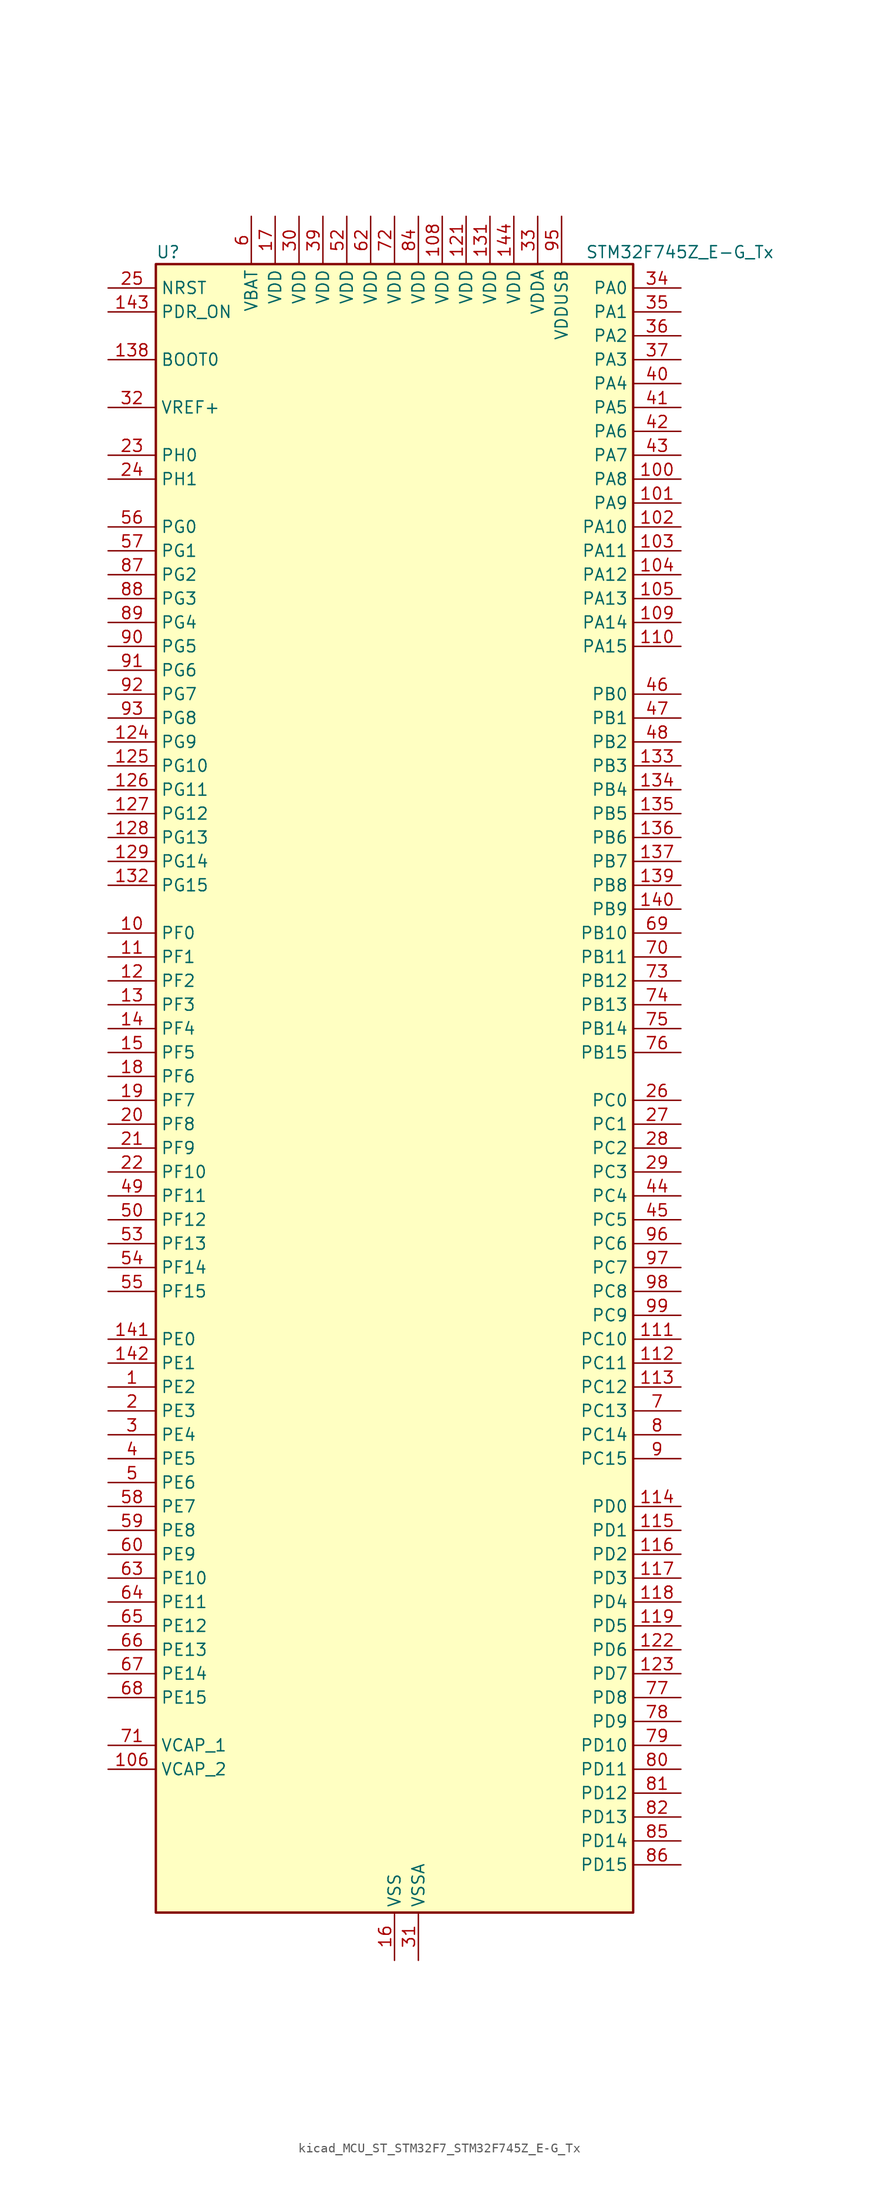
<source format=kicad_sym>
(kicad_symbol_lib
  (version 20220914)
  (generator kicad_symbol_editor)
  (symbol "kicad_MCU_ST_STM32F7_STM32F745Z_E-G_Tx"
    (property "Reference" "U"
      (at -25.4 90.17 0)
      (effects (font (size 1.27 1.27)) (justify left)))
    (property "Value" "STM32F745Z_E-G_Tx"
      (at 20.32 90.17 0)
      (effects (font (size 1.27 1.27)) (justify left)))
    (property "ki_locked" ""
      (at 0 0 0)
      (effects (font (size 1.27 1.27))))
    (symbol "kicad_MCU_ST_STM32F7_STM32F745Z_E-G_Tx_0_1"
      (rectangle (start -25.4 -86.36) (end 25.4 88.9) (stroke (width 0.254) (type default)) (fill (type background))))
    (symbol "kicad_MCU_ST_STM32F7_STM32F745Z_E-G_Tx_1_1"
      (pin bidirectional line (at -30.48 -30.48 0) (length 5.08) (name "PE2" (effects (font (size 1.27 1.27)))) (number "1" (effects (font (size 1.27 1.27)))) (alternate "ETH_TXD3" bidirectional line) (alternate "FMC_A23" bidirectional line) (alternate "QUADSPI_BK1_IO2" bidirectional line) (alternate "SAI1_MCLK_A" bidirectional line) (alternate "SPI4_SCK" bidirectional line) (alternate "SYS_TRACECLK" bidirectional line))
      (pin bidirectional line (at -30.48 17.78 0) (length 5.08) (name "PF0" (effects (font (size 1.27 1.27)))) (number "10" (effects (font (size 1.27 1.27)))) (alternate "FMC_A0" bidirectional line) (alternate "I2C2_SDA" bidirectional line))
      (pin bidirectional line (at 30.48 66.04 180) (length 5.08) (name "PA8" (effects (font (size 1.27 1.27)))) (number "100" (effects (font (size 1.27 1.27)))) (alternate "I2C3_SCL" bidirectional line) (alternate "RCC_MCO_1" bidirectional line) (alternate "TIM1_CH1" bidirectional line) (alternate "TIM8_BKIN2" bidirectional line) (alternate "USART1_CK" bidirectional line) (alternate "USB_OTG_FS_SOF" bidirectional line))
      (pin bidirectional line (at 30.48 63.5 180) (length 5.08) (name "PA9" (effects (font (size 1.27 1.27)))) (number "101" (effects (font (size 1.27 1.27)))) (alternate "DAC_EXTI9" bidirectional line) (alternate "DCMI_D0" bidirectional line) (alternate "I2C3_SMBA" bidirectional line) (alternate "I2S2_CK" bidirectional line) (alternate "SPI2_SCK" bidirectional line) (alternate "TIM1_CH2" bidirectional line) (alternate "USART1_TX" bidirectional line) (alternate "USB_OTG_FS_VBUS" bidirectional line))
      (pin bidirectional line (at 30.48 60.96 180) (length 5.08) (name "PA10" (effects (font (size 1.27 1.27)))) (number "102" (effects (font (size 1.27 1.27)))) (alternate "DCMI_D1" bidirectional line) (alternate "TIM1_CH3" bidirectional line) (alternate "USART1_RX" bidirectional line) (alternate "USB_OTG_FS_ID" bidirectional line))
      (pin bidirectional line (at 30.48 58.42 180) (length 5.08) (name "PA11" (effects (font (size 1.27 1.27)))) (number "103" (effects (font (size 1.27 1.27)))) (alternate "ADC1_EXTI11" bidirectional line) (alternate "ADC2_EXTI11" bidirectional line) (alternate "ADC3_EXTI11" bidirectional line) (alternate "CAN1_RX" bidirectional line) (alternate "TIM1_CH4" bidirectional line) (alternate "USART1_CTS" bidirectional line) (alternate "USB_OTG_FS_DM" bidirectional line))
      (pin bidirectional line (at 30.48 55.88 180) (length 5.08) (name "PA12" (effects (font (size 1.27 1.27)))) (number "104" (effects (font (size 1.27 1.27)))) (alternate "CAN1_TX" bidirectional line) (alternate "SAI2_FS_B" bidirectional line) (alternate "TIM1_ETR" bidirectional line) (alternate "USART1_DE" bidirectional line) (alternate "USART1_RTS" bidirectional line) (alternate "USB_OTG_FS_DP" bidirectional line))
      (pin bidirectional line (at 30.48 53.34 180) (length 5.08) (name "PA13" (effects (font (size 1.27 1.27)))) (number "105" (effects (font (size 1.27 1.27)))) (alternate "SYS_JTMS-SWDIO" bidirectional line))
      (pin power_out line (at -30.48 -71.12 0) (length 5.08) (name "VCAP_2" (effects (font (size 1.27 1.27)))) (number "106" (effects (font (size 1.27 1.27)))))
      (pin passive line (at 0 -91.44 90) (length 5.08) hide (name "VSS" (effects (font (size 1.27 1.27)))) (number "107" (effects (font (size 1.27 1.27)))))
      (pin power_in line (at 5.08 93.98 270) (length 5.08) (name "VDD" (effects (font (size 1.27 1.27)))) (number "108" (effects (font (size 1.27 1.27)))))
      (pin bidirectional line (at 30.48 50.8 180) (length 5.08) (name "PA14" (effects (font (size 1.27 1.27)))) (number "109" (effects (font (size 1.27 1.27)))) (alternate "SYS_JTCK-SWCLK" bidirectional line))
      (pin bidirectional line (at -30.48 15.24 0) (length 5.08) (name "PF1" (effects (font (size 1.27 1.27)))) (number "11" (effects (font (size 1.27 1.27)))) (alternate "FMC_A1" bidirectional line) (alternate "I2C2_SCL" bidirectional line))
      (pin bidirectional line (at 30.48 48.26 180) (length 5.08) (name "PA15" (effects (font (size 1.27 1.27)))) (number "110" (effects (font (size 1.27 1.27)))) (alternate "CEC" bidirectional line) (alternate "I2S1_WS" bidirectional line) (alternate "I2S3_WS" bidirectional line) (alternate "SPI1_NSS" bidirectional line) (alternate "SPI3_NSS" bidirectional line) (alternate "SYS_JTDI" bidirectional line) (alternate "TIM2_CH1" bidirectional line) (alternate "TIM2_ETR" bidirectional line) (alternate "UART4_DE" bidirectional line) (alternate "UART4_RTS" bidirectional line))
      (pin bidirectional line (at 30.48 -25.4 180) (length 5.08) (name "PC10" (effects (font (size 1.27 1.27)))) (number "111" (effects (font (size 1.27 1.27)))) (alternate "DCMI_D8" bidirectional line) (alternate "I2S3_CK" bidirectional line) (alternate "QUADSPI_BK1_IO1" bidirectional line) (alternate "SDMMC1_D2" bidirectional line) (alternate "SPI3_SCK" bidirectional line) (alternate "UART4_TX" bidirectional line) (alternate "USART3_TX" bidirectional line))
      (pin bidirectional line (at 30.48 -27.94 180) (length 5.08) (name "PC11" (effects (font (size 1.27 1.27)))) (number "112" (effects (font (size 1.27 1.27)))) (alternate "ADC1_EXTI11" bidirectional line) (alternate "ADC2_EXTI11" bidirectional line) (alternate "ADC3_EXTI11" bidirectional line) (alternate "DCMI_D4" bidirectional line) (alternate "QUADSPI_BK2_NCS" bidirectional line) (alternate "SDMMC1_D3" bidirectional line) (alternate "SPI3_MISO" bidirectional line) (alternate "UART4_RX" bidirectional line) (alternate "USART3_RX" bidirectional line))
      (pin bidirectional line (at 30.48 -30.48 180) (length 5.08) (name "PC12" (effects (font (size 1.27 1.27)))) (number "113" (effects (font (size 1.27 1.27)))) (alternate "DCMI_D9" bidirectional line) (alternate "I2S3_SD" bidirectional line) (alternate "SDMMC1_CK" bidirectional line) (alternate "SPI3_MOSI" bidirectional line) (alternate "SYS_TRACED3" bidirectional line) (alternate "UART5_TX" bidirectional line) (alternate "USART3_CK" bidirectional line))
      (pin bidirectional line (at 30.48 -43.18 180) (length 5.08) (name "PD0" (effects (font (size 1.27 1.27)))) (number "114" (effects (font (size 1.27 1.27)))) (alternate "CAN1_RX" bidirectional line) (alternate "FMC_D2" bidirectional line) (alternate "FMC_DA2" bidirectional line))
      (pin bidirectional line (at 30.48 -45.72 180) (length 5.08) (name "PD1" (effects (font (size 1.27 1.27)))) (number "115" (effects (font (size 1.27 1.27)))) (alternate "CAN1_TX" bidirectional line) (alternate "FMC_D3" bidirectional line) (alternate "FMC_DA3" bidirectional line))
      (pin bidirectional line (at 30.48 -48.26 180) (length 5.08) (name "PD2" (effects (font (size 1.27 1.27)))) (number "116" (effects (font (size 1.27 1.27)))) (alternate "DCMI_D11" bidirectional line) (alternate "SDMMC1_CMD" bidirectional line) (alternate "SYS_TRACED2" bidirectional line) (alternate "TIM3_ETR" bidirectional line) (alternate "UART5_RX" bidirectional line))
      (pin bidirectional line (at 30.48 -50.8 180) (length 5.08) (name "PD3" (effects (font (size 1.27 1.27)))) (number "117" (effects (font (size 1.27 1.27)))) (alternate "DCMI_D5" bidirectional line) (alternate "FMC_CLK" bidirectional line) (alternate "I2S2_CK" bidirectional line) (alternate "SPI2_SCK" bidirectional line) (alternate "USART2_CTS" bidirectional line))
      (pin bidirectional line (at 30.48 -53.34 180) (length 5.08) (name "PD4" (effects (font (size 1.27 1.27)))) (number "118" (effects (font (size 1.27 1.27)))) (alternate "FMC_NOE" bidirectional line) (alternate "USART2_DE" bidirectional line) (alternate "USART2_RTS" bidirectional line))
      (pin bidirectional line (at 30.48 -55.88 180) (length 5.08) (name "PD5" (effects (font (size 1.27 1.27)))) (number "119" (effects (font (size 1.27 1.27)))) (alternate "FMC_NWE" bidirectional line) (alternate "USART2_TX" bidirectional line))
      (pin bidirectional line (at -30.48 12.7 0) (length 5.08) (name "PF2" (effects (font (size 1.27 1.27)))) (number "12" (effects (font (size 1.27 1.27)))) (alternate "FMC_A2" bidirectional line) (alternate "I2C2_SMBA" bidirectional line))
      (pin passive line (at 0 -91.44 90) (length 5.08) hide (name "VSS" (effects (font (size 1.27 1.27)))) (number "120" (effects (font (size 1.27 1.27)))))
      (pin power_in line (at 7.62 93.98 270) (length 5.08) (name "VDD" (effects (font (size 1.27 1.27)))) (number "121" (effects (font (size 1.27 1.27)))))
      (pin bidirectional line (at 30.48 -58.42 180) (length 5.08) (name "PD6" (effects (font (size 1.27 1.27)))) (number "122" (effects (font (size 1.27 1.27)))) (alternate "DCMI_D10" bidirectional line) (alternate "FMC_NWAIT" bidirectional line) (alternate "I2S3_SD" bidirectional line) (alternate "SAI1_SD_A" bidirectional line) (alternate "SPI3_MOSI" bidirectional line) (alternate "USART2_RX" bidirectional line))
      (pin bidirectional line (at 30.48 -60.96 180) (length 5.08) (name "PD7" (effects (font (size 1.27 1.27)))) (number "123" (effects (font (size 1.27 1.27)))) (alternate "FMC_NE1" bidirectional line) (alternate "SPDIFRX_IN0" bidirectional line) (alternate "USART2_CK" bidirectional line))
      (pin bidirectional line (at -30.48 38.1 0) (length 5.08) (name "PG9" (effects (font (size 1.27 1.27)))) (number "124" (effects (font (size 1.27 1.27)))) (alternate "DAC_EXTI9" bidirectional line) (alternate "DCMI_VSYNC" bidirectional line) (alternate "FMC_NCE" bidirectional line) (alternate "FMC_NE2" bidirectional line) (alternate "QUADSPI_BK2_IO2" bidirectional line) (alternate "SAI2_FS_B" bidirectional line) (alternate "SPDIFRX_IN3" bidirectional line) (alternate "USART6_RX" bidirectional line))
      (pin bidirectional line (at -30.48 35.56 0) (length 5.08) (name "PG10" (effects (font (size 1.27 1.27)))) (number "125" (effects (font (size 1.27 1.27)))) (alternate "DCMI_D2" bidirectional line) (alternate "FMC_NE3" bidirectional line) (alternate "SAI2_SD_B" bidirectional line))
      (pin bidirectional line (at -30.48 33.02 0) (length 5.08) (name "PG11" (effects (font (size 1.27 1.27)))) (number "126" (effects (font (size 1.27 1.27)))) (alternate "ADC1_EXTI11" bidirectional line) (alternate "ADC2_EXTI11" bidirectional line) (alternate "ADC3_EXTI11" bidirectional line) (alternate "DCMI_D3" bidirectional line) (alternate "ETH_TX_EN" bidirectional line) (alternate "SPDIFRX_IN0" bidirectional line))
      (pin bidirectional line (at -30.48 30.48 0) (length 5.08) (name "PG12" (effects (font (size 1.27 1.27)))) (number "127" (effects (font (size 1.27 1.27)))) (alternate "FMC_NE4" bidirectional line) (alternate "LPTIM1_IN1" bidirectional line) (alternate "SPDIFRX_IN1" bidirectional line) (alternate "SPI6_MISO" bidirectional line) (alternate "USART6_DE" bidirectional line) (alternate "USART6_RTS" bidirectional line))
      (pin bidirectional line (at -30.48 27.94 0) (length 5.08) (name "PG13" (effects (font (size 1.27 1.27)))) (number "128" (effects (font (size 1.27 1.27)))) (alternate "ETH_TXD0" bidirectional line) (alternate "FMC_A24" bidirectional line) (alternate "LPTIM1_OUT" bidirectional line) (alternate "SPI6_SCK" bidirectional line) (alternate "SYS_TRACED0" bidirectional line) (alternate "USART6_CTS" bidirectional line))
      (pin bidirectional line (at -30.48 25.4 0) (length 5.08) (name "PG14" (effects (font (size 1.27 1.27)))) (number "129" (effects (font (size 1.27 1.27)))) (alternate "ETH_TXD1" bidirectional line) (alternate "FMC_A25" bidirectional line) (alternate "LPTIM1_ETR" bidirectional line) (alternate "QUADSPI_BK2_IO3" bidirectional line) (alternate "SPI6_MOSI" bidirectional line) (alternate "SYS_TRACED1" bidirectional line) (alternate "USART6_TX" bidirectional line))
      (pin bidirectional line (at -30.48 10.16 0) (length 5.08) (name "PF3" (effects (font (size 1.27 1.27)))) (number "13" (effects (font (size 1.27 1.27)))) (alternate "ADC3_IN9" bidirectional line) (alternate "FMC_A3" bidirectional line))
      (pin passive line (at 0 -91.44 90) (length 5.08) hide (name "VSS" (effects (font (size 1.27 1.27)))) (number "130" (effects (font (size 1.27 1.27)))))
      (pin power_in line (at 10.16 93.98 270) (length 5.08) (name "VDD" (effects (font (size 1.27 1.27)))) (number "131" (effects (font (size 1.27 1.27)))))
      (pin bidirectional line (at -30.48 22.86 0) (length 5.08) (name "PG15" (effects (font (size 1.27 1.27)))) (number "132" (effects (font (size 1.27 1.27)))) (alternate "DCMI_D13" bidirectional line) (alternate "FMC_SDNCAS" bidirectional line) (alternate "USART6_CTS" bidirectional line))
      (pin bidirectional line (at 30.48 35.56 180) (length 5.08) (name "PB3" (effects (font (size 1.27 1.27)))) (number "133" (effects (font (size 1.27 1.27)))) (alternate "I2S1_CK" bidirectional line) (alternate "I2S3_CK" bidirectional line) (alternate "SPI1_SCK" bidirectional line) (alternate "SPI3_SCK" bidirectional line) (alternate "SYS_JTDO-SWO" bidirectional line) (alternate "TIM2_CH2" bidirectional line))
      (pin bidirectional line (at 30.48 33.02 180) (length 5.08) (name "PB4" (effects (font (size 1.27 1.27)))) (number "134" (effects (font (size 1.27 1.27)))) (alternate "I2S2_WS" bidirectional line) (alternate "SPI1_MISO" bidirectional line) (alternate "SPI2_NSS" bidirectional line) (alternate "SPI3_MISO" bidirectional line) (alternate "SYS_JTRST" bidirectional line) (alternate "TIM3_CH1" bidirectional line))
      (pin bidirectional line (at 30.48 30.48 180) (length 5.08) (name "PB5" (effects (font (size 1.27 1.27)))) (number "135" (effects (font (size 1.27 1.27)))) (alternate "CAN2_RX" bidirectional line) (alternate "DCMI_D10" bidirectional line) (alternate "ETH_PPS_OUT" bidirectional line) (alternate "FMC_SDCKE1" bidirectional line) (alternate "I2C1_SMBA" bidirectional line) (alternate "I2S1_SD" bidirectional line) (alternate "I2S3_SD" bidirectional line) (alternate "SPI1_MOSI" bidirectional line) (alternate "SPI3_MOSI" bidirectional line) (alternate "TIM3_CH2" bidirectional line) (alternate "USB_OTG_HS_ULPI_D7" bidirectional line))
      (pin bidirectional line (at 30.48 27.94 180) (length 5.08) (name "PB6" (effects (font (size 1.27 1.27)))) (number "136" (effects (font (size 1.27 1.27)))) (alternate "CAN2_TX" bidirectional line) (alternate "CEC" bidirectional line) (alternate "DCMI_D5" bidirectional line) (alternate "FMC_SDNE1" bidirectional line) (alternate "I2C1_SCL" bidirectional line) (alternate "QUADSPI_BK1_NCS" bidirectional line) (alternate "TIM4_CH1" bidirectional line) (alternate "USART1_TX" bidirectional line))
      (pin bidirectional line (at 30.48 25.4 180) (length 5.08) (name "PB7" (effects (font (size 1.27 1.27)))) (number "137" (effects (font (size 1.27 1.27)))) (alternate "DCMI_VSYNC" bidirectional line) (alternate "FMC_NL" bidirectional line) (alternate "I2C1_SDA" bidirectional line) (alternate "TIM4_CH2" bidirectional line) (alternate "USART1_RX" bidirectional line))
      (pin input line (at -30.48 78.74 0) (length 5.08) (name "BOOT0" (effects (font (size 1.27 1.27)))) (number "138" (effects (font (size 1.27 1.27)))))
      (pin bidirectional line (at 30.48 22.86 180) (length 5.08) (name "PB8" (effects (font (size 1.27 1.27)))) (number "139" (effects (font (size 1.27 1.27)))) (alternate "CAN1_RX" bidirectional line) (alternate "DCMI_D6" bidirectional line) (alternate "ETH_TXD3" bidirectional line) (alternate "I2C1_SCL" bidirectional line) (alternate "SDMMC1_D4" bidirectional line) (alternate "TIM10_CH1" bidirectional line) (alternate "TIM4_CH3" bidirectional line))
      (pin bidirectional line (at -30.48 7.62 0) (length 5.08) (name "PF4" (effects (font (size 1.27 1.27)))) (number "14" (effects (font (size 1.27 1.27)))) (alternate "ADC3_IN14" bidirectional line) (alternate "FMC_A4" bidirectional line))
      (pin bidirectional line (at 30.48 20.32 180) (length 5.08) (name "PB9" (effects (font (size 1.27 1.27)))) (number "140" (effects (font (size 1.27 1.27)))) (alternate "CAN1_TX" bidirectional line) (alternate "DAC_EXTI9" bidirectional line) (alternate "DCMI_D7" bidirectional line) (alternate "I2C1_SDA" bidirectional line) (alternate "I2S2_WS" bidirectional line) (alternate "SDMMC1_D5" bidirectional line) (alternate "SPI2_NSS" bidirectional line) (alternate "TIM11_CH1" bidirectional line) (alternate "TIM4_CH4" bidirectional line))
      (pin bidirectional line (at -30.48 -25.4 0) (length 5.08) (name "PE0" (effects (font (size 1.27 1.27)))) (number "141" (effects (font (size 1.27 1.27)))) (alternate "DCMI_D2" bidirectional line) (alternate "FMC_NBL0" bidirectional line) (alternate "LPTIM1_ETR" bidirectional line) (alternate "SAI2_MCLK_A" bidirectional line) (alternate "TIM4_ETR" bidirectional line) (alternate "UART8_RX" bidirectional line))
      (pin bidirectional line (at -30.48 -27.94 0) (length 5.08) (name "PE1" (effects (font (size 1.27 1.27)))) (number "142" (effects (font (size 1.27 1.27)))) (alternate "DCMI_D3" bidirectional line) (alternate "FMC_NBL1" bidirectional line) (alternate "LPTIM1_IN2" bidirectional line) (alternate "UART8_TX" bidirectional line))
      (pin input line (at -30.48 83.82 0) (length 5.08) (name "PDR_ON" (effects (font (size 1.27 1.27)))) (number "143" (effects (font (size 1.27 1.27)))))
      (pin power_in line (at 12.7 93.98 270) (length 5.08) (name "VDD" (effects (font (size 1.27 1.27)))) (number "144" (effects (font (size 1.27 1.27)))))
      (pin bidirectional line (at -30.48 5.08 0) (length 5.08) (name "PF5" (effects (font (size 1.27 1.27)))) (number "15" (effects (font (size 1.27 1.27)))) (alternate "ADC3_IN15" bidirectional line) (alternate "FMC_A5" bidirectional line))
      (pin power_in line (at 0 -91.44 90) (length 5.08) (name "VSS" (effects (font (size 1.27 1.27)))) (number "16" (effects (font (size 1.27 1.27)))))
      (pin power_in line (at -12.7 93.98 270) (length 5.08) (name "VDD" (effects (font (size 1.27 1.27)))) (number "17" (effects (font (size 1.27 1.27)))))
      (pin bidirectional line (at -30.48 2.54 0) (length 5.08) (name "PF6" (effects (font (size 1.27 1.27)))) (number "18" (effects (font (size 1.27 1.27)))) (alternate "ADC3_IN4" bidirectional line) (alternate "QUADSPI_BK1_IO3" bidirectional line) (alternate "SAI1_SD_B" bidirectional line) (alternate "SPI5_NSS" bidirectional line) (alternate "TIM10_CH1" bidirectional line) (alternate "UART7_RX" bidirectional line))
      (pin bidirectional line (at -30.48 0 0) (length 5.08) (name "PF7" (effects (font (size 1.27 1.27)))) (number "19" (effects (font (size 1.27 1.27)))) (alternate "ADC3_IN5" bidirectional line) (alternate "QUADSPI_BK1_IO2" bidirectional line) (alternate "SAI1_MCLK_B" bidirectional line) (alternate "SPI5_SCK" bidirectional line) (alternate "TIM11_CH1" bidirectional line) (alternate "UART7_TX" bidirectional line))
      (pin bidirectional line (at -30.48 -33.02 0) (length 5.08) (name "PE3" (effects (font (size 1.27 1.27)))) (number "2" (effects (font (size 1.27 1.27)))) (alternate "FMC_A19" bidirectional line) (alternate "SAI1_SD_B" bidirectional line) (alternate "SYS_TRACED0" bidirectional line))
      (pin bidirectional line (at -30.48 -2.54 0) (length 5.08) (name "PF8" (effects (font (size 1.27 1.27)))) (number "20" (effects (font (size 1.27 1.27)))) (alternate "ADC3_IN6" bidirectional line) (alternate "QUADSPI_BK1_IO0" bidirectional line) (alternate "SAI1_SCK_B" bidirectional line) (alternate "SPI5_MISO" bidirectional line) (alternate "TIM13_CH1" bidirectional line) (alternate "UART7_DE" bidirectional line) (alternate "UART7_RTS" bidirectional line))
      (pin bidirectional line (at -30.48 -5.08 0) (length 5.08) (name "PF9" (effects (font (size 1.27 1.27)))) (number "21" (effects (font (size 1.27 1.27)))) (alternate "ADC3_IN7" bidirectional line) (alternate "DAC_EXTI9" bidirectional line) (alternate "QUADSPI_BK1_IO1" bidirectional line) (alternate "SAI1_FS_B" bidirectional line) (alternate "SPI5_MOSI" bidirectional line) (alternate "TIM14_CH1" bidirectional line) (alternate "UART7_CTS" bidirectional line))
      (pin bidirectional line (at -30.48 -7.62 0) (length 5.08) (name "PF10" (effects (font (size 1.27 1.27)))) (number "22" (effects (font (size 1.27 1.27)))) (alternate "ADC3_IN8" bidirectional line) (alternate "DCMI_D11" bidirectional line))
      (pin bidirectional line (at -30.48 68.58 0) (length 5.08) (name "PH0" (effects (font (size 1.27 1.27)))) (number "23" (effects (font (size 1.27 1.27)))) (alternate "RCC_OSC_IN" bidirectional line))
      (pin bidirectional line (at -30.48 66.04 0) (length 5.08) (name "PH1" (effects (font (size 1.27 1.27)))) (number "24" (effects (font (size 1.27 1.27)))) (alternate "RCC_OSC_OUT" bidirectional line))
      (pin input line (at -30.48 86.36 0) (length 5.08) (name "NRST" (effects (font (size 1.27 1.27)))) (number "25" (effects (font (size 1.27 1.27)))))
      (pin bidirectional line (at 30.48 0 180) (length 5.08) (name "PC0" (effects (font (size 1.27 1.27)))) (number "26" (effects (font (size 1.27 1.27)))) (alternate "ADC1_IN10" bidirectional line) (alternate "ADC2_IN10" bidirectional line) (alternate "ADC3_IN10" bidirectional line) (alternate "FMC_SDNWE" bidirectional line) (alternate "SAI2_FS_B" bidirectional line) (alternate "USB_OTG_HS_ULPI_STP" bidirectional line))
      (pin bidirectional line (at 30.48 -2.54 180) (length 5.08) (name "PC1" (effects (font (size 1.27 1.27)))) (number "27" (effects (font (size 1.27 1.27)))) (alternate "ADC1_IN11" bidirectional line) (alternate "ADC2_IN11" bidirectional line) (alternate "ADC3_IN11" bidirectional line) (alternate "ETH_MDC" bidirectional line) (alternate "I2S2_SD" bidirectional line) (alternate "RTC_TAMP3" bidirectional line) (alternate "RTC_TS" bidirectional line) (alternate "SAI1_SD_A" bidirectional line) (alternate "SPI2_MOSI" bidirectional line) (alternate "SYS_TRACED0" bidirectional line) (alternate "SYS_WKUP3" bidirectional line))
      (pin bidirectional line (at 30.48 -5.08 180) (length 5.08) (name "PC2" (effects (font (size 1.27 1.27)))) (number "28" (effects (font (size 1.27 1.27)))) (alternate "ADC1_IN12" bidirectional line) (alternate "ADC2_IN12" bidirectional line) (alternate "ADC3_IN12" bidirectional line) (alternate "ETH_TXD2" bidirectional line) (alternate "FMC_SDNE0" bidirectional line) (alternate "SPI2_MISO" bidirectional line) (alternate "USB_OTG_HS_ULPI_DIR" bidirectional line))
      (pin bidirectional line (at 30.48 -7.62 180) (length 5.08) (name "PC3" (effects (font (size 1.27 1.27)))) (number "29" (effects (font (size 1.27 1.27)))) (alternate "ADC1_IN13" bidirectional line) (alternate "ADC2_IN13" bidirectional line) (alternate "ADC3_IN13" bidirectional line) (alternate "ETH_TX_CLK" bidirectional line) (alternate "FMC_SDCKE0" bidirectional line) (alternate "I2S2_SD" bidirectional line) (alternate "SPI2_MOSI" bidirectional line) (alternate "USB_OTG_HS_ULPI_NXT" bidirectional line))
      (pin bidirectional line (at -30.48 -35.56 0) (length 5.08) (name "PE4" (effects (font (size 1.27 1.27)))) (number "3" (effects (font (size 1.27 1.27)))) (alternate "DCMI_D4" bidirectional line) (alternate "FMC_A20" bidirectional line) (alternate "SAI1_FS_A" bidirectional line) (alternate "SPI4_NSS" bidirectional line) (alternate "SYS_TRACED1" bidirectional line))
      (pin power_in line (at -10.16 93.98 270) (length 5.08) (name "VDD" (effects (font (size 1.27 1.27)))) (number "30" (effects (font (size 1.27 1.27)))))
      (pin power_in line (at 2.54 -91.44 90) (length 5.08) (name "VSSA" (effects (font (size 1.27 1.27)))) (number "31" (effects (font (size 1.27 1.27)))))
      (pin input line (at -30.48 73.66 0) (length 5.08) (name "VREF+" (effects (font (size 1.27 1.27)))) (number "32" (effects (font (size 1.27 1.27)))))
      (pin power_in line (at 15.24 93.98 270) (length 5.08) (name "VDDA" (effects (font (size 1.27 1.27)))) (number "33" (effects (font (size 1.27 1.27)))))
      (pin bidirectional line (at 30.48 86.36 180) (length 5.08) (name "PA0" (effects (font (size 1.27 1.27)))) (number "34" (effects (font (size 1.27 1.27)))) (alternate "ADC1_IN0" bidirectional line) (alternate "ADC2_IN0" bidirectional line) (alternate "ADC3_IN0" bidirectional line) (alternate "ETH_CRS" bidirectional line) (alternate "SAI2_SD_B" bidirectional line) (alternate "SYS_WKUP1" bidirectional line) (alternate "TIM2_CH1" bidirectional line) (alternate "TIM2_ETR" bidirectional line) (alternate "TIM5_CH1" bidirectional line) (alternate "TIM8_ETR" bidirectional line) (alternate "UART4_TX" bidirectional line) (alternate "USART2_CTS" bidirectional line))
      (pin bidirectional line (at 30.48 83.82 180) (length 5.08) (name "PA1" (effects (font (size 1.27 1.27)))) (number "35" (effects (font (size 1.27 1.27)))) (alternate "ADC1_IN1" bidirectional line) (alternate "ADC2_IN1" bidirectional line) (alternate "ADC3_IN1" bidirectional line) (alternate "ETH_REF_CLK" bidirectional line) (alternate "ETH_RX_CLK" bidirectional line) (alternate "QUADSPI_BK1_IO3" bidirectional line) (alternate "SAI2_MCLK_B" bidirectional line) (alternate "TIM2_CH2" bidirectional line) (alternate "TIM5_CH2" bidirectional line) (alternate "UART4_RX" bidirectional line) (alternate "USART2_DE" bidirectional line) (alternate "USART2_RTS" bidirectional line))
      (pin bidirectional line (at 30.48 81.28 180) (length 5.08) (name "PA2" (effects (font (size 1.27 1.27)))) (number "36" (effects (font (size 1.27 1.27)))) (alternate "ADC1_IN2" bidirectional line) (alternate "ADC2_IN2" bidirectional line) (alternate "ADC3_IN2" bidirectional line) (alternate "ETH_MDIO" bidirectional line) (alternate "SAI2_SCK_B" bidirectional line) (alternate "SYS_WKUP2" bidirectional line) (alternate "TIM2_CH3" bidirectional line) (alternate "TIM5_CH3" bidirectional line) (alternate "TIM9_CH1" bidirectional line) (alternate "USART2_TX" bidirectional line))
      (pin bidirectional line (at 30.48 78.74 180) (length 5.08) (name "PA3" (effects (font (size 1.27 1.27)))) (number "37" (effects (font (size 1.27 1.27)))) (alternate "ADC1_IN3" bidirectional line) (alternate "ADC2_IN3" bidirectional line) (alternate "ADC3_IN3" bidirectional line) (alternate "ETH_COL" bidirectional line) (alternate "TIM2_CH4" bidirectional line) (alternate "TIM5_CH4" bidirectional line) (alternate "TIM9_CH2" bidirectional line) (alternate "USART2_RX" bidirectional line) (alternate "USB_OTG_HS_ULPI_D0" bidirectional line))
      (pin passive line (at 0 -91.44 90) (length 5.08) hide (name "VSS" (effects (font (size 1.27 1.27)))) (number "38" (effects (font (size 1.27 1.27)))))
      (pin power_in line (at -7.62 93.98 270) (length 5.08) (name "VDD" (effects (font (size 1.27 1.27)))) (number "39" (effects (font (size 1.27 1.27)))))
      (pin bidirectional line (at -30.48 -38.1 0) (length 5.08) (name "PE5" (effects (font (size 1.27 1.27)))) (number "4" (effects (font (size 1.27 1.27)))) (alternate "DCMI_D6" bidirectional line) (alternate "FMC_A21" bidirectional line) (alternate "SAI1_SCK_A" bidirectional line) (alternate "SPI4_MISO" bidirectional line) (alternate "SYS_TRACED2" bidirectional line) (alternate "TIM9_CH1" bidirectional line))
      (pin bidirectional line (at 30.48 76.2 180) (length 5.08) (name "PA4" (effects (font (size 1.27 1.27)))) (number "40" (effects (font (size 1.27 1.27)))) (alternate "ADC1_IN4" bidirectional line) (alternate "ADC2_IN4" bidirectional line) (alternate "DAC_OUT1" bidirectional line) (alternate "DCMI_HSYNC" bidirectional line) (alternate "I2S1_WS" bidirectional line) (alternate "I2S3_WS" bidirectional line) (alternate "SPI1_NSS" bidirectional line) (alternate "SPI3_NSS" bidirectional line) (alternate "USART2_CK" bidirectional line) (alternate "USB_OTG_HS_SOF" bidirectional line))
      (pin bidirectional line (at 30.48 73.66 180) (length 5.08) (name "PA5" (effects (font (size 1.27 1.27)))) (number "41" (effects (font (size 1.27 1.27)))) (alternate "ADC1_IN5" bidirectional line) (alternate "ADC2_IN5" bidirectional line) (alternate "DAC_OUT2" bidirectional line) (alternate "I2S1_CK" bidirectional line) (alternate "SPI1_SCK" bidirectional line) (alternate "TIM2_CH1" bidirectional line) (alternate "TIM2_ETR" bidirectional line) (alternate "TIM8_CH1N" bidirectional line) (alternate "USB_OTG_HS_ULPI_CK" bidirectional line))
      (pin bidirectional line (at 30.48 71.12 180) (length 5.08) (name "PA6" (effects (font (size 1.27 1.27)))) (number "42" (effects (font (size 1.27 1.27)))) (alternate "ADC1_IN6" bidirectional line) (alternate "ADC2_IN6" bidirectional line) (alternate "DCMI_PIXCLK" bidirectional line) (alternate "SPI1_MISO" bidirectional line) (alternate "TIM13_CH1" bidirectional line) (alternate "TIM1_BKIN" bidirectional line) (alternate "TIM3_CH1" bidirectional line) (alternate "TIM8_BKIN" bidirectional line))
      (pin bidirectional line (at 30.48 68.58 180) (length 5.08) (name "PA7" (effects (font (size 1.27 1.27)))) (number "43" (effects (font (size 1.27 1.27)))) (alternate "ADC1_IN7" bidirectional line) (alternate "ADC2_IN7" bidirectional line) (alternate "ETH_CRS_DV" bidirectional line) (alternate "ETH_RX_DV" bidirectional line) (alternate "FMC_SDNWE" bidirectional line) (alternate "I2S1_SD" bidirectional line) (alternate "SPI1_MOSI" bidirectional line) (alternate "TIM14_CH1" bidirectional line) (alternate "TIM1_CH1N" bidirectional line) (alternate "TIM3_CH2" bidirectional line) (alternate "TIM8_CH1N" bidirectional line))
      (pin bidirectional line (at 30.48 -10.16 180) (length 5.08) (name "PC4" (effects (font (size 1.27 1.27)))) (number "44" (effects (font (size 1.27 1.27)))) (alternate "ADC1_IN14" bidirectional line) (alternate "ADC2_IN14" bidirectional line) (alternate "ETH_RXD0" bidirectional line) (alternate "FMC_SDNE0" bidirectional line) (alternate "I2S1_MCK" bidirectional line) (alternate "SPDIFRX_IN2" bidirectional line))
      (pin bidirectional line (at 30.48 -12.7 180) (length 5.08) (name "PC5" (effects (font (size 1.27 1.27)))) (number "45" (effects (font (size 1.27 1.27)))) (alternate "ADC1_IN15" bidirectional line) (alternate "ADC2_IN15" bidirectional line) (alternate "ETH_RXD1" bidirectional line) (alternate "FMC_SDCKE0" bidirectional line) (alternate "SPDIFRX_IN3" bidirectional line))
      (pin bidirectional line (at 30.48 43.18 180) (length 5.08) (name "PB0" (effects (font (size 1.27 1.27)))) (number "46" (effects (font (size 1.27 1.27)))) (alternate "ADC1_IN8" bidirectional line) (alternate "ADC2_IN8" bidirectional line) (alternate "ETH_RXD2" bidirectional line) (alternate "TIM1_CH2N" bidirectional line) (alternate "TIM3_CH3" bidirectional line) (alternate "TIM8_CH2N" bidirectional line) (alternate "UART4_CTS" bidirectional line) (alternate "USB_OTG_HS_ULPI_D1" bidirectional line))
      (pin bidirectional line (at 30.48 40.64 180) (length 5.08) (name "PB1" (effects (font (size 1.27 1.27)))) (number "47" (effects (font (size 1.27 1.27)))) (alternate "ADC1_IN9" bidirectional line) (alternate "ADC2_IN9" bidirectional line) (alternate "ETH_RXD3" bidirectional line) (alternate "TIM1_CH3N" bidirectional line) (alternate "TIM3_CH4" bidirectional line) (alternate "TIM8_CH3N" bidirectional line) (alternate "USB_OTG_HS_ULPI_D2" bidirectional line))
      (pin bidirectional line (at 30.48 38.1 180) (length 5.08) (name "PB2" (effects (font (size 1.27 1.27)))) (number "48" (effects (font (size 1.27 1.27)))) (alternate "I2S3_SD" bidirectional line) (alternate "QUADSPI_CLK" bidirectional line) (alternate "SAI1_SD_A" bidirectional line) (alternate "SPI3_MOSI" bidirectional line))
      (pin bidirectional line (at -30.48 -10.16 0) (length 5.08) (name "PF11" (effects (font (size 1.27 1.27)))) (number "49" (effects (font (size 1.27 1.27)))) (alternate "ADC1_EXTI11" bidirectional line) (alternate "ADC2_EXTI11" bidirectional line) (alternate "ADC3_EXTI11" bidirectional line) (alternate "DCMI_D12" bidirectional line) (alternate "FMC_SDNRAS" bidirectional line) (alternate "SAI2_SD_B" bidirectional line) (alternate "SPI5_MOSI" bidirectional line))
      (pin bidirectional line (at -30.48 -40.64 0) (length 5.08) (name "PE6" (effects (font (size 1.27 1.27)))) (number "5" (effects (font (size 1.27 1.27)))) (alternate "DCMI_D7" bidirectional line) (alternate "FMC_A22" bidirectional line) (alternate "SAI1_SD_A" bidirectional line) (alternate "SAI2_MCLK_B" bidirectional line) (alternate "SPI4_MOSI" bidirectional line) (alternate "SYS_TRACED3" bidirectional line) (alternate "TIM1_BKIN2" bidirectional line) (alternate "TIM9_CH2" bidirectional line))
      (pin bidirectional line (at -30.48 -12.7 0) (length 5.08) (name "PF12" (effects (font (size 1.27 1.27)))) (number "50" (effects (font (size 1.27 1.27)))) (alternate "FMC_A6" bidirectional line))
      (pin passive line (at 0 -91.44 90) (length 5.08) hide (name "VSS" (effects (font (size 1.27 1.27)))) (number "51" (effects (font (size 1.27 1.27)))))
      (pin power_in line (at -5.08 93.98 270) (length 5.08) (name "VDD" (effects (font (size 1.27 1.27)))) (number "52" (effects (font (size 1.27 1.27)))))
      (pin bidirectional line (at -30.48 -15.24 0) (length 5.08) (name "PF13" (effects (font (size 1.27 1.27)))) (number "53" (effects (font (size 1.27 1.27)))) (alternate "FMC_A7" bidirectional line) (alternate "I2C4_SMBA" bidirectional line))
      (pin bidirectional line (at -30.48 -17.78 0) (length 5.08) (name "PF14" (effects (font (size 1.27 1.27)))) (number "54" (effects (font (size 1.27 1.27)))) (alternate "FMC_A8" bidirectional line) (alternate "I2C4_SCL" bidirectional line))
      (pin bidirectional line (at -30.48 -20.32 0) (length 5.08) (name "PF15" (effects (font (size 1.27 1.27)))) (number "55" (effects (font (size 1.27 1.27)))) (alternate "FMC_A9" bidirectional line) (alternate "I2C4_SDA" bidirectional line))
      (pin bidirectional line (at -30.48 60.96 0) (length 5.08) (name "PG0" (effects (font (size 1.27 1.27)))) (number "56" (effects (font (size 1.27 1.27)))) (alternate "FMC_A10" bidirectional line))
      (pin bidirectional line (at -30.48 58.42 0) (length 5.08) (name "PG1" (effects (font (size 1.27 1.27)))) (number "57" (effects (font (size 1.27 1.27)))) (alternate "FMC_A11" bidirectional line))
      (pin bidirectional line (at -30.48 -43.18 0) (length 5.08) (name "PE7" (effects (font (size 1.27 1.27)))) (number "58" (effects (font (size 1.27 1.27)))) (alternate "FMC_D4" bidirectional line) (alternate "FMC_DA4" bidirectional line) (alternate "QUADSPI_BK2_IO0" bidirectional line) (alternate "TIM1_ETR" bidirectional line) (alternate "UART7_RX" bidirectional line))
      (pin bidirectional line (at -30.48 -45.72 0) (length 5.08) (name "PE8" (effects (font (size 1.27 1.27)))) (number "59" (effects (font (size 1.27 1.27)))) (alternate "FMC_D5" bidirectional line) (alternate "FMC_DA5" bidirectional line) (alternate "QUADSPI_BK2_IO1" bidirectional line) (alternate "TIM1_CH1N" bidirectional line) (alternate "UART7_TX" bidirectional line))
      (pin power_in line (at -15.24 93.98 270) (length 5.08) (name "VBAT" (effects (font (size 1.27 1.27)))) (number "6" (effects (font (size 1.27 1.27)))))
      (pin bidirectional line (at -30.48 -48.26 0) (length 5.08) (name "PE9" (effects (font (size 1.27 1.27)))) (number "60" (effects (font (size 1.27 1.27)))) (alternate "DAC_EXTI9" bidirectional line) (alternate "FMC_D6" bidirectional line) (alternate "FMC_DA6" bidirectional line) (alternate "QUADSPI_BK2_IO2" bidirectional line) (alternate "TIM1_CH1" bidirectional line) (alternate "UART7_DE" bidirectional line) (alternate "UART7_RTS" bidirectional line))
      (pin passive line (at 0 -91.44 90) (length 5.08) hide (name "VSS" (effects (font (size 1.27 1.27)))) (number "61" (effects (font (size 1.27 1.27)))))
      (pin power_in line (at -2.54 93.98 270) (length 5.08) (name "VDD" (effects (font (size 1.27 1.27)))) (number "62" (effects (font (size 1.27 1.27)))))
      (pin bidirectional line (at -30.48 -50.8 0) (length 5.08) (name "PE10" (effects (font (size 1.27 1.27)))) (number "63" (effects (font (size 1.27 1.27)))) (alternate "FMC_D7" bidirectional line) (alternate "FMC_DA7" bidirectional line) (alternate "QUADSPI_BK2_IO3" bidirectional line) (alternate "TIM1_CH2N" bidirectional line) (alternate "UART7_CTS" bidirectional line))
      (pin bidirectional line (at -30.48 -53.34 0) (length 5.08) (name "PE11" (effects (font (size 1.27 1.27)))) (number "64" (effects (font (size 1.27 1.27)))) (alternate "ADC1_EXTI11" bidirectional line) (alternate "ADC2_EXTI11" bidirectional line) (alternate "ADC3_EXTI11" bidirectional line) (alternate "FMC_D8" bidirectional line) (alternate "FMC_DA8" bidirectional line) (alternate "SAI2_SD_B" bidirectional line) (alternate "SPI4_NSS" bidirectional line) (alternate "TIM1_CH2" bidirectional line))
      (pin bidirectional line (at -30.48 -55.88 0) (length 5.08) (name "PE12" (effects (font (size 1.27 1.27)))) (number "65" (effects (font (size 1.27 1.27)))) (alternate "FMC_D9" bidirectional line) (alternate "FMC_DA9" bidirectional line) (alternate "SAI2_SCK_B" bidirectional line) (alternate "SPI4_SCK" bidirectional line) (alternate "TIM1_CH3N" bidirectional line))
      (pin bidirectional line (at -30.48 -58.42 0) (length 5.08) (name "PE13" (effects (font (size 1.27 1.27)))) (number "66" (effects (font (size 1.27 1.27)))) (alternate "FMC_D10" bidirectional line) (alternate "FMC_DA10" bidirectional line) (alternate "SAI2_FS_B" bidirectional line) (alternate "SPI4_MISO" bidirectional line) (alternate "TIM1_CH3" bidirectional line))
      (pin bidirectional line (at -30.48 -60.96 0) (length 5.08) (name "PE14" (effects (font (size 1.27 1.27)))) (number "67" (effects (font (size 1.27 1.27)))) (alternate "FMC_D11" bidirectional line) (alternate "FMC_DA11" bidirectional line) (alternate "SAI2_MCLK_B" bidirectional line) (alternate "SPI4_MOSI" bidirectional line) (alternate "TIM1_CH4" bidirectional line))
      (pin bidirectional line (at -30.48 -63.5 0) (length 5.08) (name "PE15" (effects (font (size 1.27 1.27)))) (number "68" (effects (font (size 1.27 1.27)))) (alternate "FMC_D12" bidirectional line) (alternate "FMC_DA12" bidirectional line) (alternate "TIM1_BKIN" bidirectional line))
      (pin bidirectional line (at 30.48 17.78 180) (length 5.08) (name "PB10" (effects (font (size 1.27 1.27)))) (number "69" (effects (font (size 1.27 1.27)))) (alternate "ETH_RX_ER" bidirectional line) (alternate "I2C2_SCL" bidirectional line) (alternate "I2S2_CK" bidirectional line) (alternate "SPI2_SCK" bidirectional line) (alternate "TIM2_CH3" bidirectional line) (alternate "USART3_TX" bidirectional line) (alternate "USB_OTG_HS_ULPI_D3" bidirectional line))
      (pin bidirectional line (at 30.48 -33.02 180) (length 5.08) (name "PC13" (effects (font (size 1.27 1.27)))) (number "7" (effects (font (size 1.27 1.27)))) (alternate "RTC_OUT" bidirectional line) (alternate "RTC_TAMP1" bidirectional line) (alternate "RTC_TS" bidirectional line) (alternate "SYS_WKUP4" bidirectional line))
      (pin bidirectional line (at 30.48 15.24 180) (length 5.08) (name "PB11" (effects (font (size 1.27 1.27)))) (number "70" (effects (font (size 1.27 1.27)))) (alternate "ADC1_EXTI11" bidirectional line) (alternate "ADC2_EXTI11" bidirectional line) (alternate "ADC3_EXTI11" bidirectional line) (alternate "ETH_TX_EN" bidirectional line) (alternate "I2C2_SDA" bidirectional line) (alternate "TIM2_CH4" bidirectional line) (alternate "USART3_RX" bidirectional line) (alternate "USB_OTG_HS_ULPI_D4" bidirectional line))
      (pin power_out line (at -30.48 -68.58 0) (length 5.08) (name "VCAP_1" (effects (font (size 1.27 1.27)))) (number "71" (effects (font (size 1.27 1.27)))))
      (pin power_in line (at 0 93.98 270) (length 5.08) (name "VDD" (effects (font (size 1.27 1.27)))) (number "72" (effects (font (size 1.27 1.27)))))
      (pin bidirectional line (at 30.48 12.7 180) (length 5.08) (name "PB12" (effects (font (size 1.27 1.27)))) (number "73" (effects (font (size 1.27 1.27)))) (alternate "CAN2_RX" bidirectional line) (alternate "ETH_TXD0" bidirectional line) (alternate "I2C2_SMBA" bidirectional line) (alternate "I2S2_WS" bidirectional line) (alternate "SPI2_NSS" bidirectional line) (alternate "TIM1_BKIN" bidirectional line) (alternate "USART3_CK" bidirectional line) (alternate "USB_OTG_HS_ID" bidirectional line) (alternate "USB_OTG_HS_ULPI_D5" bidirectional line))
      (pin bidirectional line (at 30.48 10.16 180) (length 5.08) (name "PB13" (effects (font (size 1.27 1.27)))) (number "74" (effects (font (size 1.27 1.27)))) (alternate "CAN2_TX" bidirectional line) (alternate "ETH_TXD1" bidirectional line) (alternate "I2S2_CK" bidirectional line) (alternate "SPI2_SCK" bidirectional line) (alternate "TIM1_CH1N" bidirectional line) (alternate "USART3_CTS" bidirectional line) (alternate "USB_OTG_HS_ULPI_D6" bidirectional line) (alternate "USB_OTG_HS_VBUS" bidirectional line))
      (pin bidirectional line (at 30.48 7.62 180) (length 5.08) (name "PB14" (effects (font (size 1.27 1.27)))) (number "75" (effects (font (size 1.27 1.27)))) (alternate "SPI2_MISO" bidirectional line) (alternate "TIM12_CH1" bidirectional line) (alternate "TIM1_CH2N" bidirectional line) (alternate "TIM8_CH2N" bidirectional line) (alternate "USART3_DE" bidirectional line) (alternate "USART3_RTS" bidirectional line) (alternate "USB_OTG_HS_DM" bidirectional line))
      (pin bidirectional line (at 30.48 5.08 180) (length 5.08) (name "PB15" (effects (font (size 1.27 1.27)))) (number "76" (effects (font (size 1.27 1.27)))) (alternate "I2S2_SD" bidirectional line) (alternate "RTC_REFIN" bidirectional line) (alternate "SPI2_MOSI" bidirectional line) (alternate "TIM12_CH2" bidirectional line) (alternate "TIM1_CH3N" bidirectional line) (alternate "TIM8_CH3N" bidirectional line) (alternate "USB_OTG_HS_DP" bidirectional line))
      (pin bidirectional line (at 30.48 -63.5 180) (length 5.08) (name "PD8" (effects (font (size 1.27 1.27)))) (number "77" (effects (font (size 1.27 1.27)))) (alternate "FMC_D13" bidirectional line) (alternate "FMC_DA13" bidirectional line) (alternate "SPDIFRX_IN1" bidirectional line) (alternate "USART3_TX" bidirectional line))
      (pin bidirectional line (at 30.48 -66.04 180) (length 5.08) (name "PD9" (effects (font (size 1.27 1.27)))) (number "78" (effects (font (size 1.27 1.27)))) (alternate "DAC_EXTI9" bidirectional line) (alternate "FMC_D14" bidirectional line) (alternate "FMC_DA14" bidirectional line) (alternate "USART3_RX" bidirectional line))
      (pin bidirectional line (at 30.48 -68.58 180) (length 5.08) (name "PD10" (effects (font (size 1.27 1.27)))) (number "79" (effects (font (size 1.27 1.27)))) (alternate "FMC_D15" bidirectional line) (alternate "FMC_DA15" bidirectional line) (alternate "USART3_CK" bidirectional line))
      (pin bidirectional line (at 30.48 -35.56 180) (length 5.08) (name "PC14" (effects (font (size 1.27 1.27)))) (number "8" (effects (font (size 1.27 1.27)))) (alternate "RCC_OSC32_IN" bidirectional line))
      (pin bidirectional line (at 30.48 -71.12 180) (length 5.08) (name "PD11" (effects (font (size 1.27 1.27)))) (number "80" (effects (font (size 1.27 1.27)))) (alternate "ADC1_EXTI11" bidirectional line) (alternate "ADC2_EXTI11" bidirectional line) (alternate "ADC3_EXTI11" bidirectional line) (alternate "FMC_A16" bidirectional line) (alternate "FMC_CLE" bidirectional line) (alternate "I2C4_SMBA" bidirectional line) (alternate "QUADSPI_BK1_IO0" bidirectional line) (alternate "SAI2_SD_A" bidirectional line) (alternate "USART3_CTS" bidirectional line))
      (pin bidirectional line (at 30.48 -73.66 180) (length 5.08) (name "PD12" (effects (font (size 1.27 1.27)))) (number "81" (effects (font (size 1.27 1.27)))) (alternate "FMC_A17" bidirectional line) (alternate "FMC_ALE" bidirectional line) (alternate "I2C4_SCL" bidirectional line) (alternate "LPTIM1_IN1" bidirectional line) (alternate "QUADSPI_BK1_IO1" bidirectional line) (alternate "SAI2_FS_A" bidirectional line) (alternate "TIM4_CH1" bidirectional line) (alternate "USART3_DE" bidirectional line) (alternate "USART3_RTS" bidirectional line))
      (pin bidirectional line (at 30.48 -76.2 180) (length 5.08) (name "PD13" (effects (font (size 1.27 1.27)))) (number "82" (effects (font (size 1.27 1.27)))) (alternate "FMC_A18" bidirectional line) (alternate "I2C4_SDA" bidirectional line) (alternate "LPTIM1_OUT" bidirectional line) (alternate "QUADSPI_BK1_IO3" bidirectional line) (alternate "SAI2_SCK_A" bidirectional line) (alternate "TIM4_CH2" bidirectional line))
      (pin passive line (at 0 -91.44 90) (length 5.08) hide (name "VSS" (effects (font (size 1.27 1.27)))) (number "83" (effects (font (size 1.27 1.27)))))
      (pin power_in line (at 2.54 93.98 270) (length 5.08) (name "VDD" (effects (font (size 1.27 1.27)))) (number "84" (effects (font (size 1.27 1.27)))))
      (pin bidirectional line (at 30.48 -78.74 180) (length 5.08) (name "PD14" (effects (font (size 1.27 1.27)))) (number "85" (effects (font (size 1.27 1.27)))) (alternate "FMC_D0" bidirectional line) (alternate "FMC_DA0" bidirectional line) (alternate "TIM4_CH3" bidirectional line) (alternate "UART8_CTS" bidirectional line))
      (pin bidirectional line (at 30.48 -81.28 180) (length 5.08) (name "PD15" (effects (font (size 1.27 1.27)))) (number "86" (effects (font (size 1.27 1.27)))) (alternate "FMC_D1" bidirectional line) (alternate "FMC_DA1" bidirectional line) (alternate "TIM4_CH4" bidirectional line) (alternate "UART8_DE" bidirectional line) (alternate "UART8_RTS" bidirectional line))
      (pin bidirectional line (at -30.48 55.88 0) (length 5.08) (name "PG2" (effects (font (size 1.27 1.27)))) (number "87" (effects (font (size 1.27 1.27)))) (alternate "FMC_A12" bidirectional line))
      (pin bidirectional line (at -30.48 53.34 0) (length 5.08) (name "PG3" (effects (font (size 1.27 1.27)))) (number "88" (effects (font (size 1.27 1.27)))) (alternate "FMC_A13" bidirectional line))
      (pin bidirectional line (at -30.48 50.8 0) (length 5.08) (name "PG4" (effects (font (size 1.27 1.27)))) (number "89" (effects (font (size 1.27 1.27)))) (alternate "FMC_A14" bidirectional line) (alternate "FMC_BA0" bidirectional line))
      (pin bidirectional line (at 30.48 -38.1 180) (length 5.08) (name "PC15" (effects (font (size 1.27 1.27)))) (number "9" (effects (font (size 1.27 1.27)))) (alternate "RCC_OSC32_OUT" bidirectional line))
      (pin bidirectional line (at -30.48 48.26 0) (length 5.08) (name "PG5" (effects (font (size 1.27 1.27)))) (number "90" (effects (font (size 1.27 1.27)))) (alternate "FMC_A15" bidirectional line) (alternate "FMC_BA1" bidirectional line))
      (pin bidirectional line (at -30.48 45.72 0) (length 5.08) (name "PG6" (effects (font (size 1.27 1.27)))) (number "91" (effects (font (size 1.27 1.27)))) (alternate "DCMI_D12" bidirectional line))
      (pin bidirectional line (at -30.48 43.18 0) (length 5.08) (name "PG7" (effects (font (size 1.27 1.27)))) (number "92" (effects (font (size 1.27 1.27)))) (alternate "DCMI_D13" bidirectional line) (alternate "FMC_INT" bidirectional line) (alternate "USART6_CK" bidirectional line))
      (pin bidirectional line (at -30.48 40.64 0) (length 5.08) (name "PG8" (effects (font (size 1.27 1.27)))) (number "93" (effects (font (size 1.27 1.27)))) (alternate "ETH_PPS_OUT" bidirectional line) (alternate "FMC_SDCLK" bidirectional line) (alternate "SPDIFRX_IN2" bidirectional line) (alternate "SPI6_NSS" bidirectional line) (alternate "USART6_DE" bidirectional line) (alternate "USART6_RTS" bidirectional line))
      (pin passive line (at 0 -91.44 90) (length 5.08) hide (name "VSS" (effects (font (size 1.27 1.27)))) (number "94" (effects (font (size 1.27 1.27)))))
      (pin power_in line (at 17.78 93.98 270) (length 5.08) (name "VDDUSB" (effects (font (size 1.27 1.27)))) (number "95" (effects (font (size 1.27 1.27)))))
      (pin bidirectional line (at 30.48 -15.24 180) (length 5.08) (name "PC6" (effects (font (size 1.27 1.27)))) (number "96" (effects (font (size 1.27 1.27)))) (alternate "DCMI_D0" bidirectional line) (alternate "I2S2_MCK" bidirectional line) (alternate "SDMMC1_D6" bidirectional line) (alternate "TIM3_CH1" bidirectional line) (alternate "TIM8_CH1" bidirectional line) (alternate "USART6_TX" bidirectional line))
      (pin bidirectional line (at 30.48 -17.78 180) (length 5.08) (name "PC7" (effects (font (size 1.27 1.27)))) (number "97" (effects (font (size 1.27 1.27)))) (alternate "DCMI_D1" bidirectional line) (alternate "I2S3_MCK" bidirectional line) (alternate "SDMMC1_D7" bidirectional line) (alternate "TIM3_CH2" bidirectional line) (alternate "TIM8_CH2" bidirectional line) (alternate "USART6_RX" bidirectional line))
      (pin bidirectional line (at 30.48 -20.32 180) (length 5.08) (name "PC8" (effects (font (size 1.27 1.27)))) (number "98" (effects (font (size 1.27 1.27)))) (alternate "DCMI_D2" bidirectional line) (alternate "SDMMC1_D0" bidirectional line) (alternate "SYS_TRACED1" bidirectional line) (alternate "TIM3_CH3" bidirectional line) (alternate "TIM8_CH3" bidirectional line) (alternate "UART5_DE" bidirectional line) (alternate "UART5_RTS" bidirectional line) (alternate "USART6_CK" bidirectional line))
      (pin bidirectional line (at 30.48 -22.86 180) (length 5.08) (name "PC9" (effects (font (size 1.27 1.27)))) (number "99" (effects (font (size 1.27 1.27)))) (alternate "DAC_EXTI9" bidirectional line) (alternate "DCMI_D3" bidirectional line) (alternate "I2C3_SDA" bidirectional line) (alternate "I2S_CKIN" bidirectional line) (alternate "QUADSPI_BK1_IO0" bidirectional line) (alternate "RCC_MCO_2" bidirectional line) (alternate "SDMMC1_D1" bidirectional line) (alternate "TIM3_CH4" bidirectional line) (alternate "TIM8_CH4" bidirectional line) (alternate "UART5_CTS" bidirectional line)))))
</source>
